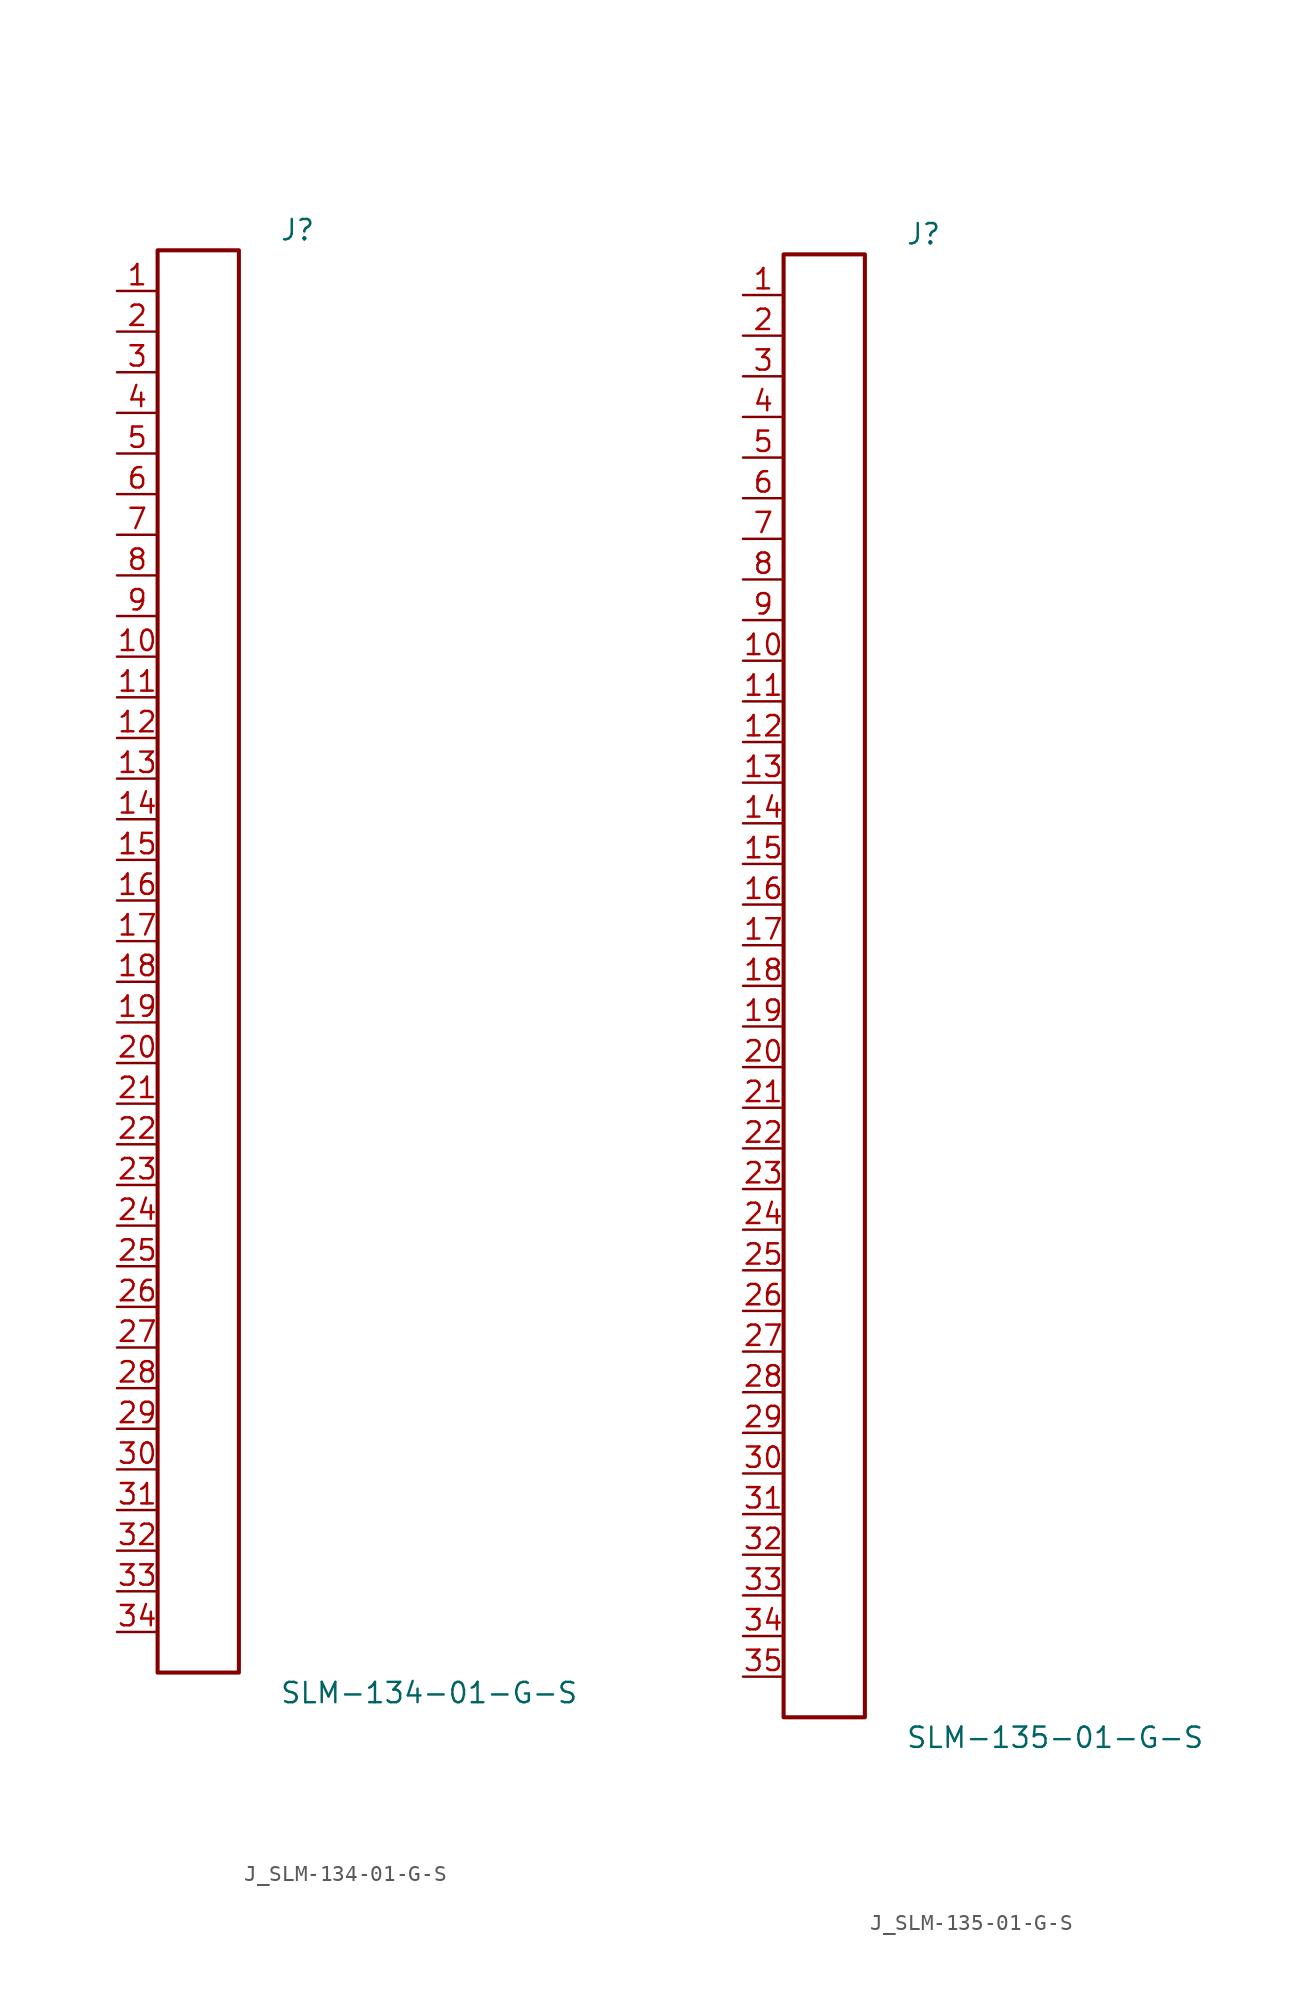
<source format=kicad_sym>
(kicad_symbol_lib
  (version 20231120)
  (generator kicad_symbol_editor)
  (generator_version 8.0)
  (symbol "J_SLM-134-01-G-S"
    (pin_names
      (offset 0.254))
    (property "Reference" "J"
      (at 5.08 45.72 0)
      (effects (font (size 1.27 1.27)) (justify left)))
    (property "Value" "SLM-134-01-G-S"
      (at 5.08 -45.72 0)
      (effects (font (size 1.27 1.27)) (justify left)))
    (symbol "J_SLM-134-01-G-S_0_0"
      (pin passive line (at -5.08 41.91 0) (length 2.54) (name "" (effects (font (size 1.27 1.27)))) (number "1" (effects (font (size 1.27 1.27)))))
      (pin passive line (at -5.08 39.37 0) (length 2.54) (name "" (effects (font (size 1.27 1.27)))) (number "2" (effects (font (size 1.27 1.27)))))
      (pin passive line (at -5.08 36.83 0) (length 2.54) (name "" (effects (font (size 1.27 1.27)))) (number "3" (effects (font (size 1.27 1.27)))))
      (pin passive line (at -5.08 34.29 0) (length 2.54) (name "" (effects (font (size 1.27 1.27)))) (number "4" (effects (font (size 1.27 1.27)))))
      (pin passive line (at -5.08 31.75 0) (length 2.54) (name "" (effects (font (size 1.27 1.27)))) (number "5" (effects (font (size 1.27 1.27)))))
      (pin passive line (at -5.08 29.21 0) (length 2.54) (name "" (effects (font (size 1.27 1.27)))) (number "6" (effects (font (size 1.27 1.27)))))
      (pin passive line (at -5.08 26.67 0) (length 2.54) (name "" (effects (font (size 1.27 1.27)))) (number "7" (effects (font (size 1.27 1.27)))))
      (pin passive line (at -5.08 24.13 0) (length 2.54) (name "" (effects (font (size 1.27 1.27)))) (number "8" (effects (font (size 1.27 1.27)))))
      (pin passive line (at -5.08 21.59 0) (length 2.54) (name "" (effects (font (size 1.27 1.27)))) (number "9" (effects (font (size 1.27 1.27)))))
      (pin passive line (at -5.08 19.05 0) (length 2.54) (name "" (effects (font (size 1.27 1.27)))) (number "10" (effects (font (size 1.27 1.27)))))
      (pin passive line (at -5.08 16.51 0) (length 2.54) (name "" (effects (font (size 1.27 1.27)))) (number "11" (effects (font (size 1.27 1.27)))))
      (pin passive line (at -5.08 13.97 0) (length 2.54) (name "" (effects (font (size 1.27 1.27)))) (number "12" (effects (font (size 1.27 1.27)))))
      (pin passive line (at -5.08 11.43 0) (length 2.54) (name "" (effects (font (size 1.27 1.27)))) (number "13" (effects (font (size 1.27 1.27)))))
      (pin passive line (at -5.08 8.89 0) (length 2.54) (name "" (effects (font (size 1.27 1.27)))) (number "14" (effects (font (size 1.27 1.27)))))
      (pin passive line (at -5.08 6.35 0) (length 2.54) (name "" (effects (font (size 1.27 1.27)))) (number "15" (effects (font (size 1.27 1.27)))))
      (pin passive line (at -5.08 3.81 0) (length 2.54) (name "" (effects (font (size 1.27 1.27)))) (number "16" (effects (font (size 1.27 1.27)))))
      (pin passive line (at -5.08 1.27 0) (length 2.54) (name "" (effects (font (size 1.27 1.27)))) (number "17" (effects (font (size 1.27 1.27)))))
      (pin passive line (at -5.08 -1.27 0) (length 2.54) (name "" (effects (font (size 1.27 1.27)))) (number "18" (effects (font (size 1.27 1.27)))))
      (pin passive line (at -5.08 -3.81 0) (length 2.54) (name "" (effects (font (size 1.27 1.27)))) (number "19" (effects (font (size 1.27 1.27)))))
      (pin passive line (at -5.08 -6.35 0) (length 2.54) (name "" (effects (font (size 1.27 1.27)))) (number "20" (effects (font (size 1.27 1.27)))))
      (pin passive line (at -5.08 -8.89 0) (length 2.54) (name "" (effects (font (size 1.27 1.27)))) (number "21" (effects (font (size 1.27 1.27)))))
      (pin passive line (at -5.08 -11.43 0) (length 2.54) (name "" (effects (font (size 1.27 1.27)))) (number "22" (effects (font (size 1.27 1.27)))))
      (pin passive line (at -5.08 -13.97 0) (length 2.54) (name "" (effects (font (size 1.27 1.27)))) (number "23" (effects (font (size 1.27 1.27)))))
      (pin passive line (at -5.08 -16.51 0) (length 2.54) (name "" (effects (font (size 1.27 1.27)))) (number "24" (effects (font (size 1.27 1.27)))))
      (pin passive line (at -5.08 -19.05 0) (length 2.54) (name "" (effects (font (size 1.27 1.27)))) (number "25" (effects (font (size 1.27 1.27)))))
      (pin passive line (at -5.08 -21.59 0) (length 2.54) (name "" (effects (font (size 1.27 1.27)))) (number "26" (effects (font (size 1.27 1.27)))))
      (pin passive line (at -5.08 -24.13 0) (length 2.54) (name "" (effects (font (size 1.27 1.27)))) (number "27" (effects (font (size 1.27 1.27)))))
      (pin passive line (at -5.08 -26.67 0) (length 2.54) (name "" (effects (font (size 1.27 1.27)))) (number "28" (effects (font (size 1.27 1.27)))))
      (pin passive line (at -5.08 -29.21 0) (length 2.54) (name "" (effects (font (size 1.27 1.27)))) (number "29" (effects (font (size 1.27 1.27)))))
      (pin passive line (at -5.08 -31.75 0) (length 2.54) (name "" (effects (font (size 1.27 1.27)))) (number "30" (effects (font (size 1.27 1.27)))))
      (pin passive line (at -5.08 -34.29 0) (length 2.54) (name "" (effects (font (size 1.27 1.27)))) (number "31" (effects (font (size 1.27 1.27)))))
      (pin passive line (at -5.08 -36.83 0) (length 2.54) (name "" (effects (font (size 1.27 1.27)))) (number "32" (effects (font (size 1.27 1.27)))))
      (pin passive line (at -5.08 -39.37 0) (length 2.54) (name "" (effects (font (size 1.27 1.27)))) (number "33" (effects (font (size 1.27 1.27)))))
      (pin passive line (at -5.08 -41.91 0) (length 2.54) (name "" (effects (font (size 1.27 1.27)))) (number "34" (effects (font (size 1.27 1.27))))))
    (symbol "J_SLM-134-01-G-S_1_0"
      (rectangle (start -2.54 44.45) (end 2.54 -44.45) (stroke (width 0.254) (type solid)) (fill (type none)))))
  (symbol "J_SLM-135-01-G-S"
    (pin_names
      (offset 0.254))
    (property "Reference" "J"
      (at 5.08 46.99 0)
      (effects (font (size 1.27 1.27)) (justify left)))
    (property "Value" "SLM-135-01-G-S"
      (at 5.08 -46.99 0)
      (effects (font (size 1.27 1.27)) (justify left)))
    (symbol "J_SLM-135-01-G-S_0_0"
      (pin passive line (at -5.08 43.18 0) (length 2.54) (name "" (effects (font (size 1.27 1.27)))) (number "1" (effects (font (size 1.27 1.27)))))
      (pin passive line (at -5.08 40.64 0) (length 2.54) (name "" (effects (font (size 1.27 1.27)))) (number "2" (effects (font (size 1.27 1.27)))))
      (pin passive line (at -5.08 38.1 0) (length 2.54) (name "" (effects (font (size 1.27 1.27)))) (number "3" (effects (font (size 1.27 1.27)))))
      (pin passive line (at -5.08 35.56 0) (length 2.54) (name "" (effects (font (size 1.27 1.27)))) (number "4" (effects (font (size 1.27 1.27)))))
      (pin passive line (at -5.08 33.02 0) (length 2.54) (name "" (effects (font (size 1.27 1.27)))) (number "5" (effects (font (size 1.27 1.27)))))
      (pin passive line (at -5.08 30.48 0) (length 2.54) (name "" (effects (font (size 1.27 1.27)))) (number "6" (effects (font (size 1.27 1.27)))))
      (pin passive line (at -5.08 27.94 0) (length 2.54) (name "" (effects (font (size 1.27 1.27)))) (number "7" (effects (font (size 1.27 1.27)))))
      (pin passive line (at -5.08 25.4 0) (length 2.54) (name "" (effects (font (size 1.27 1.27)))) (number "8" (effects (font (size 1.27 1.27)))))
      (pin passive line (at -5.08 22.86 0) (length 2.54) (name "" (effects (font (size 1.27 1.27)))) (number "9" (effects (font (size 1.27 1.27)))))
      (pin passive line (at -5.08 20.32 0) (length 2.54) (name "" (effects (font (size 1.27 1.27)))) (number "10" (effects (font (size 1.27 1.27)))))
      (pin passive line (at -5.08 17.78 0) (length 2.54) (name "" (effects (font (size 1.27 1.27)))) (number "11" (effects (font (size 1.27 1.27)))))
      (pin passive line (at -5.08 15.24 0) (length 2.54) (name "" (effects (font (size 1.27 1.27)))) (number "12" (effects (font (size 1.27 1.27)))))
      (pin passive line (at -5.08 12.7 0) (length 2.54) (name "" (effects (font (size 1.27 1.27)))) (number "13" (effects (font (size 1.27 1.27)))))
      (pin passive line (at -5.08 10.16 0) (length 2.54) (name "" (effects (font (size 1.27 1.27)))) (number "14" (effects (font (size 1.27 1.27)))))
      (pin passive line (at -5.08 7.62 0) (length 2.54) (name "" (effects (font (size 1.27 1.27)))) (number "15" (effects (font (size 1.27 1.27)))))
      (pin passive line (at -5.08 5.08 0) (length 2.54) (name "" (effects (font (size 1.27 1.27)))) (number "16" (effects (font (size 1.27 1.27)))))
      (pin passive line (at -5.08 2.54 0) (length 2.54) (name "" (effects (font (size 1.27 1.27)))) (number "17" (effects (font (size 1.27 1.27)))))
      (pin passive line (at -5.08 0.0 0) (length 2.54) (name "" (effects (font (size 1.27 1.27)))) (number "18" (effects (font (size 1.27 1.27)))))
      (pin passive line (at -5.08 -2.54 0) (length 2.54) (name "" (effects (font (size 1.27 1.27)))) (number "19" (effects (font (size 1.27 1.27)))))
      (pin passive line (at -5.08 -5.08 0) (length 2.54) (name "" (effects (font (size 1.27 1.27)))) (number "20" (effects (font (size 1.27 1.27)))))
      (pin passive line (at -5.08 -7.62 0) (length 2.54) (name "" (effects (font (size 1.27 1.27)))) (number "21" (effects (font (size 1.27 1.27)))))
      (pin passive line (at -5.08 -10.16 0) (length 2.54) (name "" (effects (font (size 1.27 1.27)))) (number "22" (effects (font (size 1.27 1.27)))))
      (pin passive line (at -5.08 -12.7 0) (length 2.54) (name "" (effects (font (size 1.27 1.27)))) (number "23" (effects (font (size 1.27 1.27)))))
      (pin passive line (at -5.08 -15.24 0) (length 2.54) (name "" (effects (font (size 1.27 1.27)))) (number "24" (effects (font (size 1.27 1.27)))))
      (pin passive line (at -5.08 -17.78 0) (length 2.54) (name "" (effects (font (size 1.27 1.27)))) (number "25" (effects (font (size 1.27 1.27)))))
      (pin passive line (at -5.08 -20.32 0) (length 2.54) (name "" (effects (font (size 1.27 1.27)))) (number "26" (effects (font (size 1.27 1.27)))))
      (pin passive line (at -5.08 -22.86 0) (length 2.54) (name "" (effects (font (size 1.27 1.27)))) (number "27" (effects (font (size 1.27 1.27)))))
      (pin passive line (at -5.08 -25.4 0) (length 2.54) (name "" (effects (font (size 1.27 1.27)))) (number "28" (effects (font (size 1.27 1.27)))))
      (pin passive line (at -5.08 -27.94 0) (length 2.54) (name "" (effects (font (size 1.27 1.27)))) (number "29" (effects (font (size 1.27 1.27)))))
      (pin passive line (at -5.08 -30.48 0) (length 2.54) (name "" (effects (font (size 1.27 1.27)))) (number "30" (effects (font (size 1.27 1.27)))))
      (pin passive line (at -5.08 -33.02 0) (length 2.54) (name "" (effects (font (size 1.27 1.27)))) (number "31" (effects (font (size 1.27 1.27)))))
      (pin passive line (at -5.08 -35.56 0) (length 2.54) (name "" (effects (font (size 1.27 1.27)))) (number "32" (effects (font (size 1.27 1.27)))))
      (pin passive line (at -5.08 -38.1 0) (length 2.54) (name "" (effects (font (size 1.27 1.27)))) (number "33" (effects (font (size 1.27 1.27)))))
      (pin passive line (at -5.08 -40.64 0) (length 2.54) (name "" (effects (font (size 1.27 1.27)))) (number "34" (effects (font (size 1.27 1.27)))))
      (pin passive line (at -5.08 -43.18 0) (length 2.54) (name "" (effects (font (size 1.27 1.27)))) (number "35" (effects (font (size 1.27 1.27))))))
    (symbol "J_SLM-135-01-G-S_1_0"
      (rectangle (start -2.54 45.72) (end 2.54 -45.72) (stroke (width 0.254) (type solid)) (fill (type none))))))
</source>
